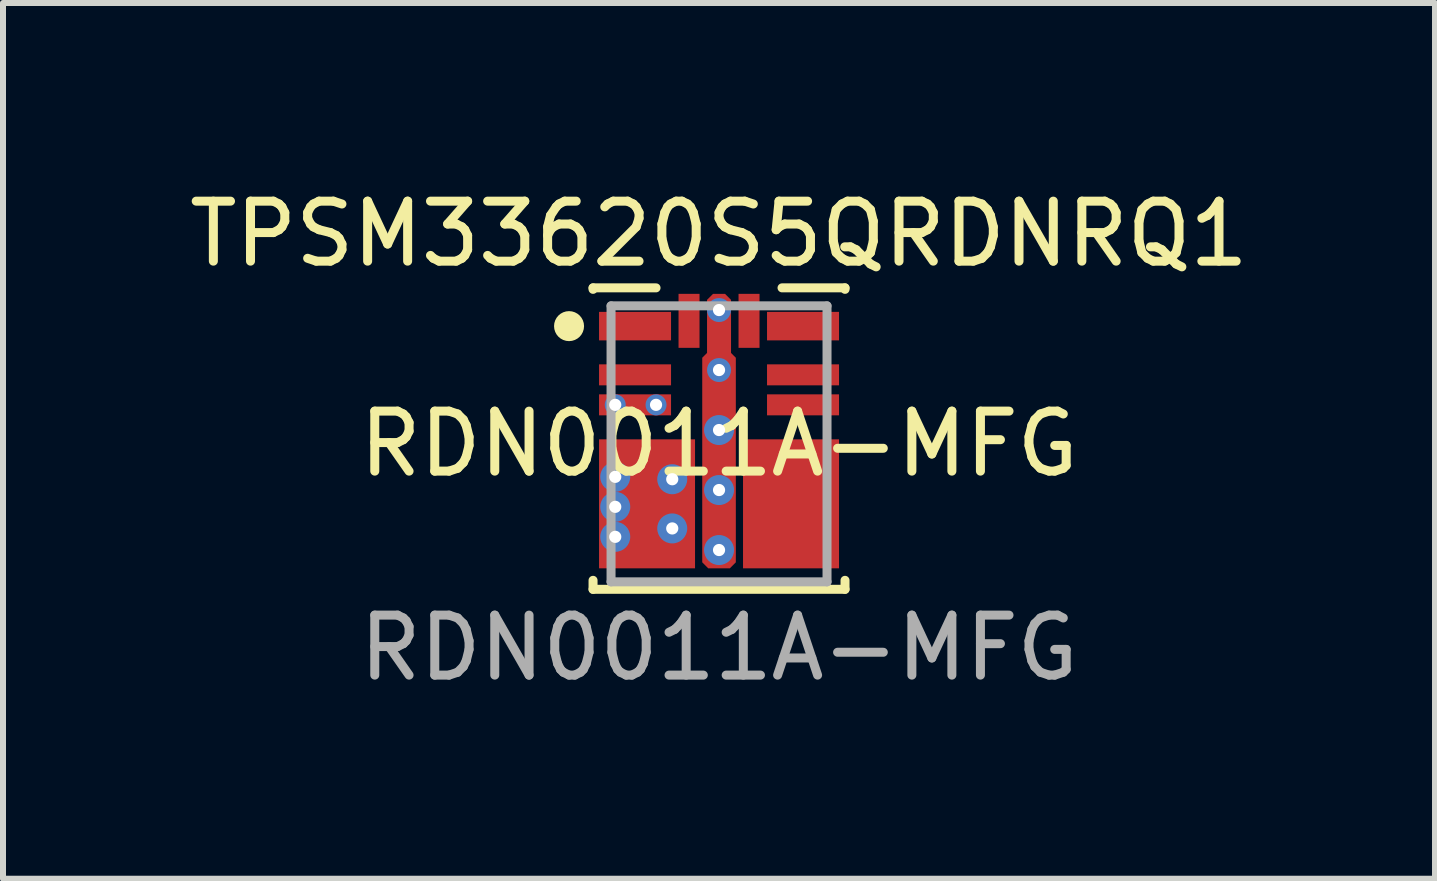
<source format=kicad_pcb>
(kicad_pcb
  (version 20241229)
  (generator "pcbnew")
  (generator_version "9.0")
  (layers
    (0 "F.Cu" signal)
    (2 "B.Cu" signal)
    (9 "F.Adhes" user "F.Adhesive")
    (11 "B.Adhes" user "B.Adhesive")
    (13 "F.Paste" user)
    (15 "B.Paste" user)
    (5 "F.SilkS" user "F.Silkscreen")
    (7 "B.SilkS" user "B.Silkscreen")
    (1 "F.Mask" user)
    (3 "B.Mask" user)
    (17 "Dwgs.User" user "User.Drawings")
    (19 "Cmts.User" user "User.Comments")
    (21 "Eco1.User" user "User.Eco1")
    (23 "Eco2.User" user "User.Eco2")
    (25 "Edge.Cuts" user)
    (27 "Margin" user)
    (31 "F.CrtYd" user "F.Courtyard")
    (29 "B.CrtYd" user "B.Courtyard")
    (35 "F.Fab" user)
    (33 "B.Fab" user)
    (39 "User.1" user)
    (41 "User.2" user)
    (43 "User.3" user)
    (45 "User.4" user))
  (footprint "RDN0011A-MFG"
    (layer "F.Cu")
    (at 8.935 4.348)
    (property "Reference" "RDN0011A-MFG" (at 0 0 0) (unlocked yes) (layer "F.SilkS") (effects (font (size 1 1) (thickness 0.15))))
    (attr through_hole)
    (fp_poly (pts (xy -0.2 -2.4) (xy -0.1 -2.5) (xy 0.1 -2.5) (xy 0.2 -2.4) (xy 0.2 -1.515) (xy 0.24 -1.475) (xy 0.24 -1.475) (xy 0.28 -1.435) (xy 0.28 1.975) (xy 0.18 2.075) (xy -0.18 2.075) (xy -0.28 1.975) (xy -0.28 -1.435) (xy -0.24 -1.475) (xy -0.24 -1.475) (xy -0.2 -1.515)) (stroke (width 0) (type solid)) (fill yes) (layer "F.Cu"))
    (fp_poly (pts (xy -1.95 -2.099) (xy -1.9 -2.15) (xy -0.9 -2.15) (xy -0.85 -2.099) (xy -0.85 -1.825) (xy -0.9 -1.774) (xy -1.9 -1.774) (xy -1.95 -1.825)) (stroke (width 0) (type solid)) (fill yes) (layer "F.Mask"))
    (fp_poly (pts (xy -1.9 -1.025) (xy -1.95 -1.075) (xy -1.95 -1.225) (xy -1.9 -1.275) (xy -0.9 -1.275) (xy -0.85 -1.225) (xy -0.85 -1.075) (xy -0.9 -1.025)) (stroke (width 0) (type solid)) (fill yes) (layer "F.Mask"))
    (fp_poly (pts (xy -0.9 -0.775) (xy -0.85 -0.725) (xy -0.85 -0.575) (xy -0.9 -0.525) (xy -1.9 -0.525) (xy -1.95 -0.575) (xy -1.95 -0.725) (xy -1.9 -0.775)) (stroke (width 0) (type solid)) (fill yes) (layer "F.Mask"))
    (fp_poly (pts (xy -0.425 -1.65) (xy -0.575 -1.65) (xy -0.625 -1.7) (xy -0.625 -2.4) (xy -0.575 -2.45) (xy -0.425 -2.45) (xy -0.375 -2.4) (xy -0.375 -1.7)) (stroke (width 0) (type solid)) (fill yes) (layer "F.Mask"))
    (fp_poly (pts (xy -0.15 -2.4) (xy -0.1 -2.45) (xy 0.1 -2.45) (xy 0.15 -2.4) (xy 0.15 -0.974) (xy 0.1 -0.924) (xy -0.1 -0.924) (xy -0.15 -0.974)) (stroke (width 0) (type solid)) (fill yes) (layer "F.Mask"))
    (fp_poly (pts (xy 0.575 -1.65) (xy 0.425 -1.65) (xy 0.375 -1.7) (xy 0.375 -2.4) (xy 0.425 -2.45) (xy 0.575 -2.45) (xy 0.625 -2.4) (xy 0.625 -1.7)) (stroke (width 0) (type solid)) (fill yes) (layer "F.Mask"))
    (fp_poly (pts (xy 0.85 -1.075) (xy 0.85 -1.225) (xy 0.9 -1.275) (xy 1.9 -1.275) (xy 1.95 -1.225) (xy 1.95 -1.075) (xy 1.9 -1.025) (xy 0.9 -1.025)) (stroke (width 0) (type solid)) (fill yes) (layer "F.Mask"))
    (fp_poly (pts (xy 0.85 -0.725) (xy 0.9 -0.775) (xy 1.9 -0.775) (xy 1.95 -0.725) (xy 1.95 -0.575) (xy 1.9 -0.525) (xy 0.9 -0.525) (xy 0.85 -0.575)) (stroke (width 0) (type solid)) (fill yes) (layer "F.Mask"))
    (fp_poly (pts (xy 1.95 -2.099) (xy 1.95 -1.825) (xy 1.9 -1.774) (xy 0.9 -1.774) (xy 0.85 -1.825) (xy 0.85 -2.099) (xy 0.9 -2.15) (xy 1.9 -2.15)) (stroke (width 0) (type solid)) (fill yes) (layer "F.Mask"))
    (fp_poly (pts (xy -0.5 2.025) (xy -0.45 1.975) (xy -0.45 0.025) (xy -0.5 -0.025) (xy -1.525 -0.025) (xy -1.575 0.025) (xy -1.575 0.125) (xy -1.625 0.175) (xy -1.9 0.175) (xy -1.95 0.225) (xy -1.95 0.375) (xy -1.9 0.425) (xy -1.625 0.425) (xy -1.575 0.475) (xy -1.575 0.625) (xy -1.625 0.675) (xy -1.9 0.675) (xy -1.95 0.725) (xy -1.95 0.875) (xy -1.9 0.925) (xy -1.625 0.925) (xy -1.575 0.975) (xy -1.575 1.125) (xy -1.625 1.175) (xy -1.9 1.175) (xy -1.95 1.225) (xy -1.95 1.375) (xy -1.9 1.425) (xy -1.625 1.425) (xy -1.575 1.475) (xy -1.575 1.625) (xy -1.625 1.675) (xy -1.9 1.675) (xy -1.95 1.725) (xy -1.95 1.875) (xy -1.9 1.925) (xy -1.625 1.925) (xy -1.575 1.975) (xy -1.575 1.975) (xy -1.525 2.025)) (stroke (width 0) (type solid)) (fill yes) (layer "F.Mask"))
    (fp_poly (pts (xy 0.5 2.025) (xy 0.45 1.975) (xy 0.45 0.025) (xy 0.5 -0.025) (xy 1.525 -0.025) (xy 1.575 0.025) (xy 1.575 0.125) (xy 1.625 0.175) (xy 1.9 0.175) (xy 1.95 0.225) (xy 1.95 0.375) (xy 1.9 0.425) (xy 1.625 0.425) (xy 1.575 0.475) (xy 1.575 0.625) (xy 1.625 0.675) (xy 1.9 0.675) (xy 1.95 0.725) (xy 1.95 0.875) (xy 1.9 0.925) (xy 1.625 0.925) (xy 1.575 0.975) (xy 1.575 1.125) (xy 1.625 1.175) (xy 1.9 1.175) (xy 1.95 1.225) (xy 1.95 1.375) (xy 1.9 1.425) (xy 1.625 1.425) (xy 1.575 1.475) (xy 1.575 1.625) (xy 1.625 1.675) (xy 1.9 1.675) (xy 1.95 1.725) (xy 1.95 1.875) (xy 1.9 1.925) (xy 1.625 1.925) (xy 1.575 1.975) (xy 1.575 1.975) (xy 1.525 2.025)) (stroke (width 0) (type solid)) (fill yes) (layer "F.Mask"))
    (fp_line (start -2.1 -2.6) (end -1.05 -2.6) (stroke (width 0.15) (type solid)) (layer "F.SilkS"))
    (fp_line (start -2.1 -2.575) (end -2.1 -2.6) (stroke (width 0.15) (type solid)) (layer "F.SilkS"))
    (fp_line (start -2.1 2.425) (end -2.1 2.275) (stroke (width 0.15) (type solid)) (layer "F.SilkS"))
    (fp_line (start -2.1 2.425) (end 2.1 2.425) (stroke (width 0.15) (type solid)) (layer "F.SilkS"))
    (fp_line (start 1.05 -2.6) (end 2.1 -2.6) (stroke (width 0.15) (type solid)) (layer "F.SilkS"))
    (fp_line (start 2.1 -2.575) (end 2.1 -2.6) (stroke (width 0.15) (type solid)) (layer "F.SilkS"))
    (fp_line (start 2.1 2.425) (end 2.1 2.275) (stroke (width 0.15) (type solid)) (layer "F.SilkS"))
    (fp_circle (center -2.5 -1.962) (end -2.375 -1.962) (stroke (width 0.25) (type solid)) (fill no) (layer "F.SilkS"))
    (fp_poly (pts (xy -1.95 -2.099) (xy -1.9 -2.15) (xy -0.9 -2.15) (xy -0.85 -2.099) (xy -0.85 -1.825) (xy -0.9 -1.774) (xy -1.9 -1.774) (xy -1.95 -1.825)) (stroke (width 0) (type solid)) (fill yes) (layer "F.Paste"))
    (fp_poly (pts (xy -1.9 -1.025) (xy -1.95 -1.075) (xy -1.95 -1.225) (xy -1.9 -1.275) (xy -0.9 -1.275) (xy -0.85 -1.225) (xy -0.85 -1.075) (xy -0.9 -1.025)) (stroke (width 0) (type solid)) (fill yes) (layer "F.Paste"))
    (fp_poly (pts (xy -1.575 0.225) (xy -1.575 0.375) (xy -1.625 0.425) (xy -1.9 0.425) (xy -1.95 0.375) (xy -1.95 0.225) (xy -1.9 0.175) (xy -1.625 0.175)) (stroke (width 0) (type solid)) (fill yes) (layer "F.Paste"))
    (fp_poly (pts (xy -1.575 0.725) (xy -1.575 0.875) (xy -1.625 0.925) (xy -1.9 0.925) (xy -1.95 0.875) (xy -1.95 0.725) (xy -1.9 0.675) (xy -1.625 0.675)) (stroke (width 0) (type solid)) (fill yes) (layer "F.Paste"))
    (fp_poly (pts (xy -1.575 1.225) (xy -1.575 1.375) (xy -1.625 1.425) (xy -1.9 1.425) (xy -1.95 1.375) (xy -1.95 1.225) (xy -1.9 1.175) (xy -1.625 1.175)) (stroke (width 0) (type solid)) (fill yes) (layer "F.Paste"))
    (fp_poly (pts (xy -1.575 1.725) (xy -1.575 1.875) (xy -1.625 1.925) (xy -1.9 1.925) (xy -1.95 1.875) (xy -1.95 1.725) (xy -1.9 1.675) (xy -1.625 1.675)) (stroke (width 0) (type solid)) (fill yes) (layer "F.Paste"))
    (fp_poly (pts (xy -1.38 0.443) (xy -1.38 0.028) (xy -1.33 -0.022) (xy -0.5 -0.022) (xy -0.45 0.028) (xy -0.45 0.443) (xy -0.5 0.493) (xy -1.33 0.493)) (stroke (width 0) (type solid)) (fill yes) (layer "F.Paste"))
    (fp_poly (pts (xy -1.33 1.31) (xy -1.38 1.26) (xy -1.38 0.74) (xy -1.33 0.69) (xy -0.5 0.69) (xy -0.45 0.74) (xy -0.45 1.26) (xy -0.5 1.31)) (stroke (width 0) (type solid)) (fill yes) (layer "F.Paste"))
    (fp_poly (pts (xy -1.33 1.512) (xy -0.5 1.512) (xy -0.45 1.562) (xy -0.45 1.977) (xy -0.5 2.027) (xy -1.33 2.027) (xy -1.38 1.977) (xy -1.38 1.562)) (stroke (width 0) (type solid)) (fill yes) (layer "F.Paste"))
    (fp_poly (pts (xy -0.9 -0.775) (xy -0.85 -0.725) (xy -0.85 -0.575) (xy -0.9 -0.525) (xy -1.9 -0.525) (xy -1.95 -0.575) (xy -1.95 -0.725) (xy -1.9 -0.775)) (stroke (width 0) (type solid)) (fill yes) (layer "F.Paste"))
    (fp_poly (pts (xy -0.425 -1.65) (xy -0.575 -1.65) (xy -0.625 -1.7) (xy -0.625 -2.4) (xy -0.575 -2.45) (xy -0.425 -2.45) (xy -0.375 -2.4) (xy -0.375 -1.7)) (stroke (width 0) (type solid)) (fill yes) (layer "F.Paste"))
    (fp_poly (pts (xy -0.15 -2.4) (xy -0.1 -2.45) (xy 0.1 -2.45) (xy 0.15 -2.4) (xy 0.15 -0.974) (xy 0.1 -0.924) (xy -0.1 -0.924) (xy -0.15 -0.974)) (stroke (width 0) (type solid)) (fill yes) (layer "F.Paste"))
    (fp_poly (pts (xy 0.45 1.26) (xy 0.45 0.74) (xy 0.5 0.69) (xy 1.33 0.69) (xy 1.38 0.74) (xy 1.38 1.26) (xy 1.33 1.31) (xy 0.5 1.31)) (stroke (width 0) (type solid)) (fill yes) (layer "F.Paste"))
    (fp_poly (pts (xy 0.575 -1.65) (xy 0.425 -1.65) (xy 0.375 -1.7) (xy 0.375 -2.4) (xy 0.425 -2.45) (xy 0.575 -2.45) (xy 0.625 -2.4) (xy 0.625 -1.7)) (stroke (width 0) (type solid)) (fill yes) (layer "F.Paste"))
    (fp_poly (pts (xy 0.85 -1.075) (xy 0.85 -1.225) (xy 0.9 -1.275) (xy 1.9 -1.275) (xy 1.95 -1.225) (xy 1.95 -1.075) (xy 1.9 -1.025) (xy 0.9 -1.025)) (stroke (width 0) (type solid)) (fill yes) (layer "F.Paste"))
    (fp_poly (pts (xy 0.85 -0.725) (xy 0.9 -0.775) (xy 1.9 -0.775) (xy 1.95 -0.725) (xy 1.95 -0.575) (xy 1.9 -0.525) (xy 0.9 -0.525) (xy 0.85 -0.575)) (stroke (width 0) (type solid)) (fill yes) (layer "F.Paste"))
    (fp_poly (pts (xy 1.33 0.493) (xy 0.5 0.493) (xy 0.45 0.443) (xy 0.45 0.028) (xy 0.5 -0.022) (xy 1.33 -0.022) (xy 1.38 0.028) (xy 1.38 0.443)) (stroke (width 0) (type solid)) (fill yes) (layer "F.Paste"))
    (fp_poly (pts (xy 1.38 1.562) (xy 1.38 1.977) (xy 1.33 2.027) (xy 0.5 2.027) (xy 0.45 1.977) (xy 0.45 1.562) (xy 0.5 1.512) (xy 1.33 1.512)) (stroke (width 0) (type solid)) (fill yes) (layer "F.Paste"))
    (fp_poly (pts (xy 1.95 0.225) (xy 1.95 0.375) (xy 1.9 0.425) (xy 1.625 0.425) (xy 1.575 0.375) (xy 1.575 0.225) (xy 1.625 0.175) (xy 1.9 0.175)) (stroke (width 0) (type solid)) (fill yes) (layer "F.Paste"))
    (fp_poly (pts (xy 1.95 0.725) (xy 1.95 0.875) (xy 1.9 0.925) (xy 1.625 0.925) (xy 1.575 0.875) (xy 1.575 0.725) (xy 1.625 0.675) (xy 1.9 0.675)) (stroke (width 0) (type solid)) (fill yes) (layer "F.Paste"))
    (fp_poly (pts (xy 1.95 1.225) (xy 1.95 1.375) (xy 1.9 1.425) (xy 1.625 1.425) (xy 1.575 1.375) (xy 1.575 1.225) (xy 1.625 1.175) (xy 1.9 1.175)) (stroke (width 0) (type solid)) (fill yes) (layer "F.Paste"))
    (fp_poly (pts (xy 1.95 1.725) (xy 1.95 1.875) (xy 1.9 1.925) (xy 1.625 1.925) (xy 1.575 1.875) (xy 1.575 1.725) (xy 1.625 1.675) (xy 1.9 1.675)) (stroke (width 0) (type solid)) (fill yes) (layer "F.Paste"))
    (fp_poly (pts (xy 1.95 -2.099) (xy 1.95 -1.825) (xy 1.9 -1.774) (xy 0.9 -1.774) (xy 0.85 -1.825) (xy 0.85 -2.099) (xy 0.9 -2.15) (xy 1.9 -2.15)) (stroke (width 0) (type solid)) (fill yes) (layer "F.Paste"))
    (fp_line (start -1.8 -2.3) (end 1.8 -2.3) (stroke (width 0.15) (type solid)) (layer "F.Fab"))
    (fp_line (start -1.8 2.3) (end -1.8 -2.3) (stroke (width 0.15) (type solid)) (layer "F.Fab"))
    (fp_line (start -1.8 2.3) (end 1.8 2.3) (stroke (width 0.15) (type solid)) (layer "F.Fab"))
    (fp_line (start 1.8 2.3) (end 1.8 -2.3) (stroke (width 0.15) (type solid)) (layer "F.Fab"))
    (fp_text user "TPSM33620S5QRDNRQ1" (at 0 -3.5 0) (unlocked yes) (layer "F.SilkS") (effects (font (size 1 1) (thickness 0.15))))
    (fp_text user "${REFERENCE}" (at 0 3.4 0) (unlocked yes) (layer "F.Fab") (effects (font (size 1 1) (thickness 0.15))))
    (pad "1" smd rect (at -1.4 -1.962) (size 1.2 0.475) (layers "F.Cu"))
    (pad "2" smd rect (at -1.4 -1.15) (size 1.2 0.35) (layers "F.Cu"))
    (pad "3" thru_hole circle (at -1.73 -0.65) (size 0.35 0.35) (drill 0.203) (layers "*.Cu" "*.Mask"))
    (pad "3" smd rect (at -1.4 -0.65) (size 1.2 0.35) (layers "F.Cu"))
    (pad "3" thru_hole circle (at -1.05 -0.65) (size 0.35 0.35) (drill 0.203) (layers "*.Cu" "*.Mask"))
    (pad "4" thru_hole circle (at -1.73 0.55) (size 0.5 0.5) (drill 0.203) (layers "*.Cu" "*.Mask"))
    (pad "4" thru_hole circle (at -1.73 1.05) (size 0.5 0.5) (drill 0.203) (layers "*.Cu" "*.Mask"))
    (pad "4" thru_hole circle (at -1.73 1.55) (size 0.5 0.5) (drill 0.203) (layers "*.Cu" "*.Mask"))
    (pad "4" smd rect (at -1.2 1) (size 1.6 2.15) (layers "F.Cu"))
    (pad "4" thru_hole circle (at -0.78 0.59) (size 0.5 0.5) (drill 0.203) (layers "*.Cu" "*.Mask"))
    (pad "5" smd rect (at 1.2 1) (size 1.6 2.15) (layers "F.Cu"))
    (pad "6" smd rect (at 1.4 -0.65) (size 1.2 0.35) (layers "F.Cu"))
    (pad "7" smd rect (at 1.4 -1.15) (size 1.2 0.35) (layers "F.Cu"))
    (pad "8" smd rect (at 1.4 -1.962) (size 1.2 0.475) (layers "F.Cu"))
    (pad "9" smd rect (at 0.5 -2.05) (size 0.35 0.9) (layers "F.Cu"))
    (pad "10" thru_hole circle (at 0 -2.23) (size 0.4 0.4) (drill 0.203) (layers "*.Cu" "*.Mask"))
    (pad "10" thru_hole circle (at 0 -1.23) (size 0.4 0.4) (drill 0.203) (layers "*.Cu" "*.Mask"))
    (pad "10" smd circle (at 0 -1.005) (size 0.504 0.504) (layers "F.Cu"))
    (pad "10" thru_hole circle (at 0 -0.23) (size 0.5 0.5) (drill 0.203) (layers "*.Cu" "*.Mask"))
    (pad "10" thru_hole circle (at 0 0.77) (size 0.5 0.5) (drill 0.203) (layers "*.Cu" "*.Mask"))
    (pad "10" thru_hole circle (at 0 1.77) (size 0.5 0.5) (drill 0.203) (layers "*.Cu" "*.Mask"))
    (pad "11" smd rect (at -0.5 -2.05) (size 0.35 0.9) (layers "F.Cu"))
    (pad "14" thru_hole circle (at -0.78 1.41) (size 0.5 0.5) (drill 0.203) (layers "*.Cu" "*.Mask")))
  (gr_rect
    (start -3 -3)
    (end 20.869 11.597)
    (stroke (width 0.1) (type default))
    (fill no)
    (layer "Edge.Cuts")))
</source>
